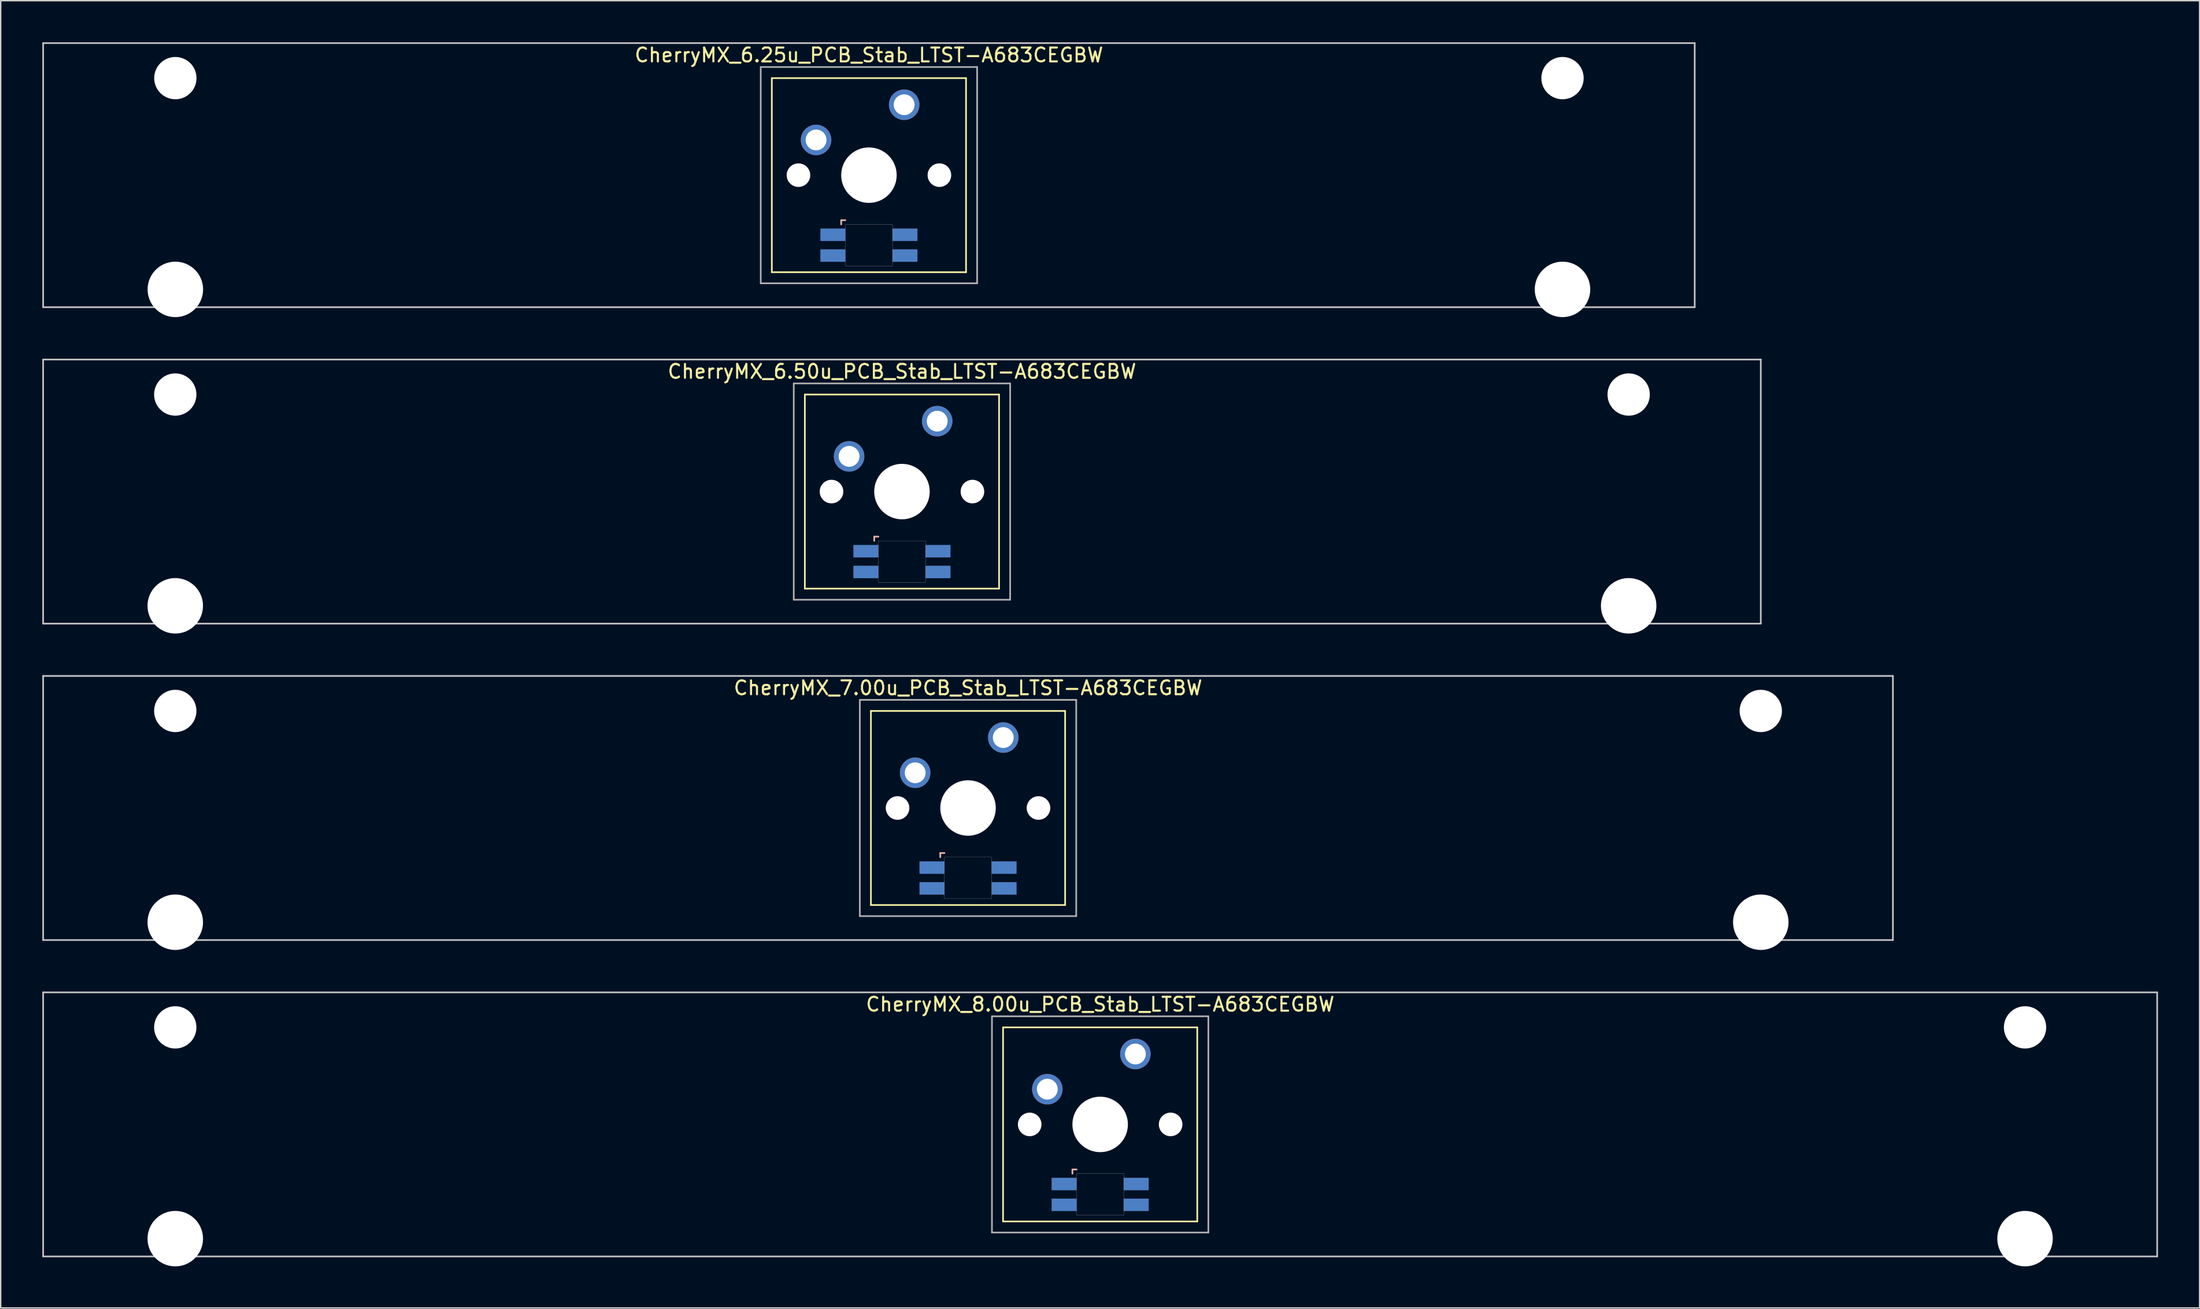
<source format=kicad_pcb>
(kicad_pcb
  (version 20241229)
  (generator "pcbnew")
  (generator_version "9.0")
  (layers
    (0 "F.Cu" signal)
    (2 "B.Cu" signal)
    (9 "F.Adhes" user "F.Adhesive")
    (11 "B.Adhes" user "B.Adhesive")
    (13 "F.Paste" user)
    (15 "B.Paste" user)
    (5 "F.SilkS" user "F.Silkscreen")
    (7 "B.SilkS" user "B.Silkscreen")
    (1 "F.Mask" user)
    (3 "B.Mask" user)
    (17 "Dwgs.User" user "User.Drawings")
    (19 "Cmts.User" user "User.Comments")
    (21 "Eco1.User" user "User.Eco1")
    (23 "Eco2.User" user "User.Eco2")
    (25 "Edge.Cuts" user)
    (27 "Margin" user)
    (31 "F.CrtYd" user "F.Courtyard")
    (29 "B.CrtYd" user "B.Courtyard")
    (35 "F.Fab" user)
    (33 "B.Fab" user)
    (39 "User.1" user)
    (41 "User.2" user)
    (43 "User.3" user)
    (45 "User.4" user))
  (footprint "CherryMX_6.25u_PCB_Stab_LTST-A683CEGBW"
    (layer "F.Cu")
    (at 59.591 9.585)
    (property "Reference" "CherryMX_6.25u_PCB_Stab_LTST-A683CEGBW" (at 0 -8.662 0) (layer "F.SilkS") (effects (font (size 1 1) (thickness 0.15))))
    (attr through_hole)
    (fp_line (start -7 -7) (end -7 7) (stroke (width 0.12) (type solid)) (layer "F.SilkS"))
    (fp_line (start -7 -7) (end 7 -7) (stroke (width 0.12) (type solid)) (layer "F.SilkS"))
    (fp_line (start 7 -7) (end 7 7) (stroke (width 0.12) (type solid)) (layer "F.SilkS"))
    (fp_line (start 7 7) (end -7 7) (stroke (width 0.12) (type solid)) (layer "F.SilkS"))
    (fp_line (start -2 3.25) (end -2 3.55) (stroke (width 0.12) (type solid)) (layer "B.SilkS"))
    (fp_line (start -1.7 3.25) (end -2 3.25) (stroke (width 0.12) (type solid)) (layer "B.SilkS"))
    (fp_line (start -59.531 -9.525) (end 59.531 -9.525) (stroke (width 0.12) (type solid)) (layer "Dwgs.User"))
    (fp_line (start -59.531 9.525) (end -59.531 -9.525) (stroke (width 0.12) (type solid)) (layer "Dwgs.User"))
    (fp_line (start 59.531 -9.525) (end 59.531 9.525) (stroke (width 0.12) (type solid)) (layer "Dwgs.User"))
    (fp_line (start 59.531 9.525) (end -59.531 9.525) (stroke (width 0.12) (type solid)) (layer "Dwgs.User"))
    (fp_poly (pts (xy 1.7 6.55) (xy -1.7 6.55) (xy -1.7 3.55) (xy 1.7 3.55)) (stroke (width 0.01) (type solid)) (fill no) (layer "Edge.Cuts"))
    (fp_line (start -7.8 -7.8) (end -7.8 7.8) (stroke (width 0.12) (type solid)) (layer "F.Fab"))
    (fp_line (start -7.8 -7.8) (end 7.8 -7.8) (stroke (width 0.12) (type solid)) (layer "F.Fab"))
    (fp_line (start -7.8 7.8) (end 7.8 7.8) (stroke (width 0.12) (type solid)) (layer "F.Fab"))
    (fp_line (start 7.8 -7.8) (end 7.8 7.8) (stroke (width 0.12) (type solid)) (layer "F.Fab"))
    (pad "" np_thru_hole circle (at -50 -7) (size 3.05 3.05) (drill 3.05) (layers "*.Cu" "*.Mask"))
    (pad "" np_thru_hole circle (at -50 8.24) (size 4 4) (drill 4) (layers "*.Cu" "*.Mask"))
    (pad "" np_thru_hole circle (at -5.08 0) (size 1.7 1.7) (drill 1.7) (layers "*.Cu" "*.Mask"))
    (pad "" np_thru_hole circle (at 0 0) (size 4 4) (drill 4) (layers "*.Cu" "*.Mask"))
    (pad "" np_thru_hole circle (at 5.08 0) (size 1.7 1.7) (drill 1.7) (layers "*.Cu" "*.Mask"))
    (pad "" np_thru_hole circle (at 50 -7) (size 3.05 3.05) (drill 3.05) (layers "*.Cu" "*.Mask"))
    (pad "" np_thru_hole circle (at 50 8.24) (size 4 4) (drill 4) (layers "*.Cu" "*.Mask"))
    (pad "1" thru_hole circle (at -3.81 -2.54) (size 2.2 2.2) (drill 1.5) (layers "*.Cu" "*.Mask"))
    (pad "2" thru_hole circle (at 2.54 -5.08) (size 2.2 2.2) (drill 1.5) (layers "*.Cu" "*.Mask"))
    (pad "3" smd rect (at -2.6 4.3) (size 1.8 0.9) (layers "B.Cu" "B.Mask" "B.Paste"))
    (pad "4" smd rect (at -2.6 5.8) (size 1.8 0.9) (layers "B.Cu" "B.Mask" "B.Paste"))
    (pad "5" smd rect (at 2.6 4.3) (size 1.8 0.9) (layers "B.Cu" "B.Mask" "B.Paste"))
    (pad "6" smd rect (at 2.6 5.8) (size 1.8 0.9) (layers "B.Cu" "B.Mask" "B.Paste")))
  (footprint "CherryMX_6.50u_PCB_Stab_LTST-A683CEGBW"
    (layer "F.Cu")
    (at 61.972 32.41)
    (property "Reference" "CherryMX_6.50u_PCB_Stab_LTST-A683CEGBW" (at 0 -8.662 0) (layer "F.SilkS") (effects (font (size 1 1) (thickness 0.15))))
    (attr through_hole)
    (fp_line (start -7 -7) (end -7 7) (stroke (width 0.12) (type solid)) (layer "F.SilkS"))
    (fp_line (start -7 -7) (end 7 -7) (stroke (width 0.12) (type solid)) (layer "F.SilkS"))
    (fp_line (start 7 -7) (end 7 7) (stroke (width 0.12) (type solid)) (layer "F.SilkS"))
    (fp_line (start 7 7) (end -7 7) (stroke (width 0.12) (type solid)) (layer "F.SilkS"))
    (fp_line (start -2 3.25) (end -2 3.55) (stroke (width 0.12) (type solid)) (layer "B.SilkS"))
    (fp_line (start -1.7 3.25) (end -2 3.25) (stroke (width 0.12) (type solid)) (layer "B.SilkS"))
    (fp_line (start -61.913 -9.525) (end 61.913 -9.525) (stroke (width 0.12) (type solid)) (layer "Dwgs.User"))
    (fp_line (start -61.913 9.525) (end -61.913 -9.525) (stroke (width 0.12) (type solid)) (layer "Dwgs.User"))
    (fp_line (start 61.913 -9.525) (end 61.913 9.525) (stroke (width 0.12) (type solid)) (layer "Dwgs.User"))
    (fp_line (start 61.913 9.525) (end -61.913 9.525) (stroke (width 0.12) (type solid)) (layer "Dwgs.User"))
    (fp_poly (pts (xy 1.7 6.55) (xy -1.7 6.55) (xy -1.7 3.55) (xy 1.7 3.55)) (stroke (width 0.01) (type solid)) (fill no) (layer "Edge.Cuts"))
    (fp_line (start -7.8 -7.8) (end -7.8 7.8) (stroke (width 0.12) (type solid)) (layer "F.Fab"))
    (fp_line (start -7.8 -7.8) (end 7.8 -7.8) (stroke (width 0.12) (type solid)) (layer "F.Fab"))
    (fp_line (start -7.8 7.8) (end 7.8 7.8) (stroke (width 0.12) (type solid)) (layer "F.Fab"))
    (fp_line (start 7.8 -7.8) (end 7.8 7.8) (stroke (width 0.12) (type solid)) (layer "F.Fab"))
    (pad "" np_thru_hole circle (at -52.388 -7) (size 3.05 3.05) (drill 3.05) (layers "*.Cu" "*.Mask"))
    (pad "" np_thru_hole circle (at -52.388 8.24) (size 4 4) (drill 4) (layers "*.Cu" "*.Mask"))
    (pad "" np_thru_hole circle (at -5.08 0) (size 1.7 1.7) (drill 1.7) (layers "*.Cu" "*.Mask"))
    (pad "" np_thru_hole circle (at 0 0) (size 4 4) (drill 4) (layers "*.Cu" "*.Mask"))
    (pad "" np_thru_hole circle (at 5.08 0) (size 1.7 1.7) (drill 1.7) (layers "*.Cu" "*.Mask"))
    (pad "" np_thru_hole circle (at 52.388 -7) (size 3.05 3.05) (drill 3.05) (layers "*.Cu" "*.Mask"))
    (pad "" np_thru_hole circle (at 52.388 8.24) (size 4 4) (drill 4) (layers "*.Cu" "*.Mask"))
    (pad "1" thru_hole circle (at -3.81 -2.54) (size 2.2 2.2) (drill 1.5) (layers "*.Cu" "*.Mask"))
    (pad "2" thru_hole circle (at 2.54 -5.08) (size 2.2 2.2) (drill 1.5) (layers "*.Cu" "*.Mask"))
    (pad "3" smd rect (at -2.6 4.3) (size 1.8 0.9) (layers "B.Cu" "B.Mask" "B.Paste"))
    (pad "4" smd rect (at -2.6 5.8) (size 1.8 0.9) (layers "B.Cu" "B.Mask" "B.Paste"))
    (pad "5" smd rect (at 2.6 4.3) (size 1.8 0.9) (layers "B.Cu" "B.Mask" "B.Paste"))
    (pad "6" smd rect (at 2.6 5.8) (size 1.8 0.9) (layers "B.Cu" "B.Mask" "B.Paste")))
  (footprint "CherryMX_8.00u_PCB_Stab_LTST-A683CEGBW"
    (layer "F.Cu")
    (at 76.26 78.06)
    (property "Reference" "CherryMX_8.00u_PCB_Stab_LTST-A683CEGBW" (at 0 -8.662 0) (layer "F.SilkS") (effects (font (size 1 1) (thickness 0.15))))
    (attr through_hole)
    (fp_line (start -7 -7) (end -7 7) (stroke (width 0.12) (type solid)) (layer "F.SilkS"))
    (fp_line (start -7 -7) (end 7 -7) (stroke (width 0.12) (type solid)) (layer "F.SilkS"))
    (fp_line (start 7 -7) (end 7 7) (stroke (width 0.12) (type solid)) (layer "F.SilkS"))
    (fp_line (start 7 7) (end -7 7) (stroke (width 0.12) (type solid)) (layer "F.SilkS"))
    (fp_line (start -2 3.25) (end -2 3.55) (stroke (width 0.12) (type solid)) (layer "B.SilkS"))
    (fp_line (start -1.7 3.25) (end -2 3.25) (stroke (width 0.12) (type solid)) (layer "B.SilkS"))
    (fp_line (start -76.2 -9.525) (end 76.2 -9.525) (stroke (width 0.12) (type solid)) (layer "Dwgs.User"))
    (fp_line (start -76.2 9.525) (end -76.2 -9.525) (stroke (width 0.12) (type solid)) (layer "Dwgs.User"))
    (fp_line (start 76.2 -9.525) (end 76.2 9.525) (stroke (width 0.12) (type solid)) (layer "Dwgs.User"))
    (fp_line (start 76.2 9.525) (end -76.2 9.525) (stroke (width 0.12) (type solid)) (layer "Dwgs.User"))
    (fp_poly (pts (xy 1.7 6.55) (xy -1.7 6.55) (xy -1.7 3.55) (xy 1.7 3.55)) (stroke (width 0.01) (type solid)) (fill no) (layer "Edge.Cuts"))
    (fp_line (start -7.8 -7.8) (end -7.8 7.8) (stroke (width 0.12) (type solid)) (layer "F.Fab"))
    (fp_line (start -7.8 -7.8) (end 7.8 -7.8) (stroke (width 0.12) (type solid)) (layer "F.Fab"))
    (fp_line (start -7.8 7.8) (end 7.8 7.8) (stroke (width 0.12) (type solid)) (layer "F.Fab"))
    (fp_line (start 7.8 -7.8) (end 7.8 7.8) (stroke (width 0.12) (type solid)) (layer "F.Fab"))
    (pad "" np_thru_hole circle (at -66.675 -7) (size 3.05 3.05) (drill 3.05) (layers "*.Cu" "*.Mask"))
    (pad "" np_thru_hole circle (at -66.675 8.24) (size 4 4) (drill 4) (layers "*.Cu" "*.Mask"))
    (pad "" np_thru_hole circle (at -5.08 0) (size 1.7 1.7) (drill 1.7) (layers "*.Cu" "*.Mask"))
    (pad "" np_thru_hole circle (at 0 0) (size 4 4) (drill 4) (layers "*.Cu" "*.Mask"))
    (pad "" np_thru_hole circle (at 5.08 0) (size 1.7 1.7) (drill 1.7) (layers "*.Cu" "*.Mask"))
    (pad "" np_thru_hole circle (at 66.675 -7) (size 3.05 3.05) (drill 3.05) (layers "*.Cu" "*.Mask"))
    (pad "" np_thru_hole circle (at 66.675 8.24) (size 4 4) (drill 4) (layers "*.Cu" "*.Mask"))
    (pad "1" thru_hole circle (at -3.81 -2.54) (size 2.2 2.2) (drill 1.5) (layers "*.Cu" "*.Mask"))
    (pad "2" thru_hole circle (at 2.54 -5.08) (size 2.2 2.2) (drill 1.5) (layers "*.Cu" "*.Mask"))
    (pad "3" smd rect (at -2.6 4.3) (size 1.8 0.9) (layers "B.Cu" "B.Mask" "B.Paste"))
    (pad "4" smd rect (at -2.6 5.8) (size 1.8 0.9) (layers "B.Cu" "B.Mask" "B.Paste"))
    (pad "5" smd rect (at 2.6 4.3) (size 1.8 0.9) (layers "B.Cu" "B.Mask" "B.Paste"))
    (pad "6" smd rect (at 2.6 5.8) (size 1.8 0.9) (layers "B.Cu" "B.Mask" "B.Paste")))
  (footprint "CherryMX_7.00u_PCB_Stab_LTST-A683CEGBW"
    (layer "F.Cu")
    (at 66.735 55.235)
    (property "Reference" "CherryMX_7.00u_PCB_Stab_LTST-A683CEGBW" (at 0 -8.662 0) (layer "F.SilkS") (effects (font (size 1 1) (thickness 0.15))))
    (attr through_hole)
    (fp_line (start -7 -7) (end -7 7) (stroke (width 0.12) (type solid)) (layer "F.SilkS"))
    (fp_line (start -7 -7) (end 7 -7) (stroke (width 0.12) (type solid)) (layer "F.SilkS"))
    (fp_line (start 7 -7) (end 7 7) (stroke (width 0.12) (type solid)) (layer "F.SilkS"))
    (fp_line (start 7 7) (end -7 7) (stroke (width 0.12) (type solid)) (layer "F.SilkS"))
    (fp_line (start -2 3.25) (end -2 3.55) (stroke (width 0.12) (type solid)) (layer "B.SilkS"))
    (fp_line (start -1.7 3.25) (end -2 3.25) (stroke (width 0.12) (type solid)) (layer "B.SilkS"))
    (fp_line (start -66.675 -9.525) (end 66.675 -9.525) (stroke (width 0.12) (type solid)) (layer "Dwgs.User"))
    (fp_line (start -66.675 9.525) (end -66.675 -9.525) (stroke (width 0.12) (type solid)) (layer "Dwgs.User"))
    (fp_line (start 66.675 -9.525) (end 66.675 9.525) (stroke (width 0.12) (type solid)) (layer "Dwgs.User"))
    (fp_line (start 66.675 9.525) (end -66.675 9.525) (stroke (width 0.12) (type solid)) (layer "Dwgs.User"))
    (fp_poly (pts (xy 1.7 6.55) (xy -1.7 6.55) (xy -1.7 3.55) (xy 1.7 3.55)) (stroke (width 0.01) (type solid)) (fill no) (layer "Edge.Cuts"))
    (fp_line (start -7.8 -7.8) (end -7.8 7.8) (stroke (width 0.12) (type solid)) (layer "F.Fab"))
    (fp_line (start -7.8 -7.8) (end 7.8 -7.8) (stroke (width 0.12) (type solid)) (layer "F.Fab"))
    (fp_line (start -7.8 7.8) (end 7.8 7.8) (stroke (width 0.12) (type solid)) (layer "F.Fab"))
    (fp_line (start 7.8 -7.8) (end 7.8 7.8) (stroke (width 0.12) (type solid)) (layer "F.Fab"))
    (pad "" np_thru_hole circle (at -57.15 -7) (size 3.05 3.05) (drill 3.05) (layers "*.Cu" "*.Mask"))
    (pad "" np_thru_hole circle (at -57.15 8.24) (size 4 4) (drill 4) (layers "*.Cu" "*.Mask"))
    (pad "" np_thru_hole circle (at -5.08 0) (size 1.7 1.7) (drill 1.7) (layers "*.Cu" "*.Mask"))
    (pad "" np_thru_hole circle (at 0 0) (size 4 4) (drill 4) (layers "*.Cu" "*.Mask"))
    (pad "" np_thru_hole circle (at 5.08 0) (size 1.7 1.7) (drill 1.7) (layers "*.Cu" "*.Mask"))
    (pad "" np_thru_hole circle (at 57.15 -7) (size 3.05 3.05) (drill 3.05) (layers "*.Cu" "*.Mask"))
    (pad "" np_thru_hole circle (at 57.15 8.24) (size 4 4) (drill 4) (layers "*.Cu" "*.Mask"))
    (pad "1" thru_hole circle (at -3.81 -2.54) (size 2.2 2.2) (drill 1.5) (layers "*.Cu" "*.Mask"))
    (pad "2" thru_hole circle (at 2.54 -5.08) (size 2.2 2.2) (drill 1.5) (layers "*.Cu" "*.Mask"))
    (pad "3" smd rect (at -2.6 4.3) (size 1.8 0.9) (layers "B.Cu" "B.Mask" "B.Paste"))
    (pad "4" smd rect (at -2.6 5.8) (size 1.8 0.9) (layers "B.Cu" "B.Mask" "B.Paste"))
    (pad "5" smd rect (at 2.6 4.3) (size 1.8 0.9) (layers "B.Cu" "B.Mask" "B.Paste"))
    (pad "6" smd rect (at 2.6 5.8) (size 1.8 0.9) (layers "B.Cu" "B.Mask" "B.Paste")))
  (gr_rect
    (start -3 -3)
    (end 155.52 91.3)
    (stroke (width 0.1) (type default))
    (fill no)
    (layer "Edge.Cuts")))
</source>
